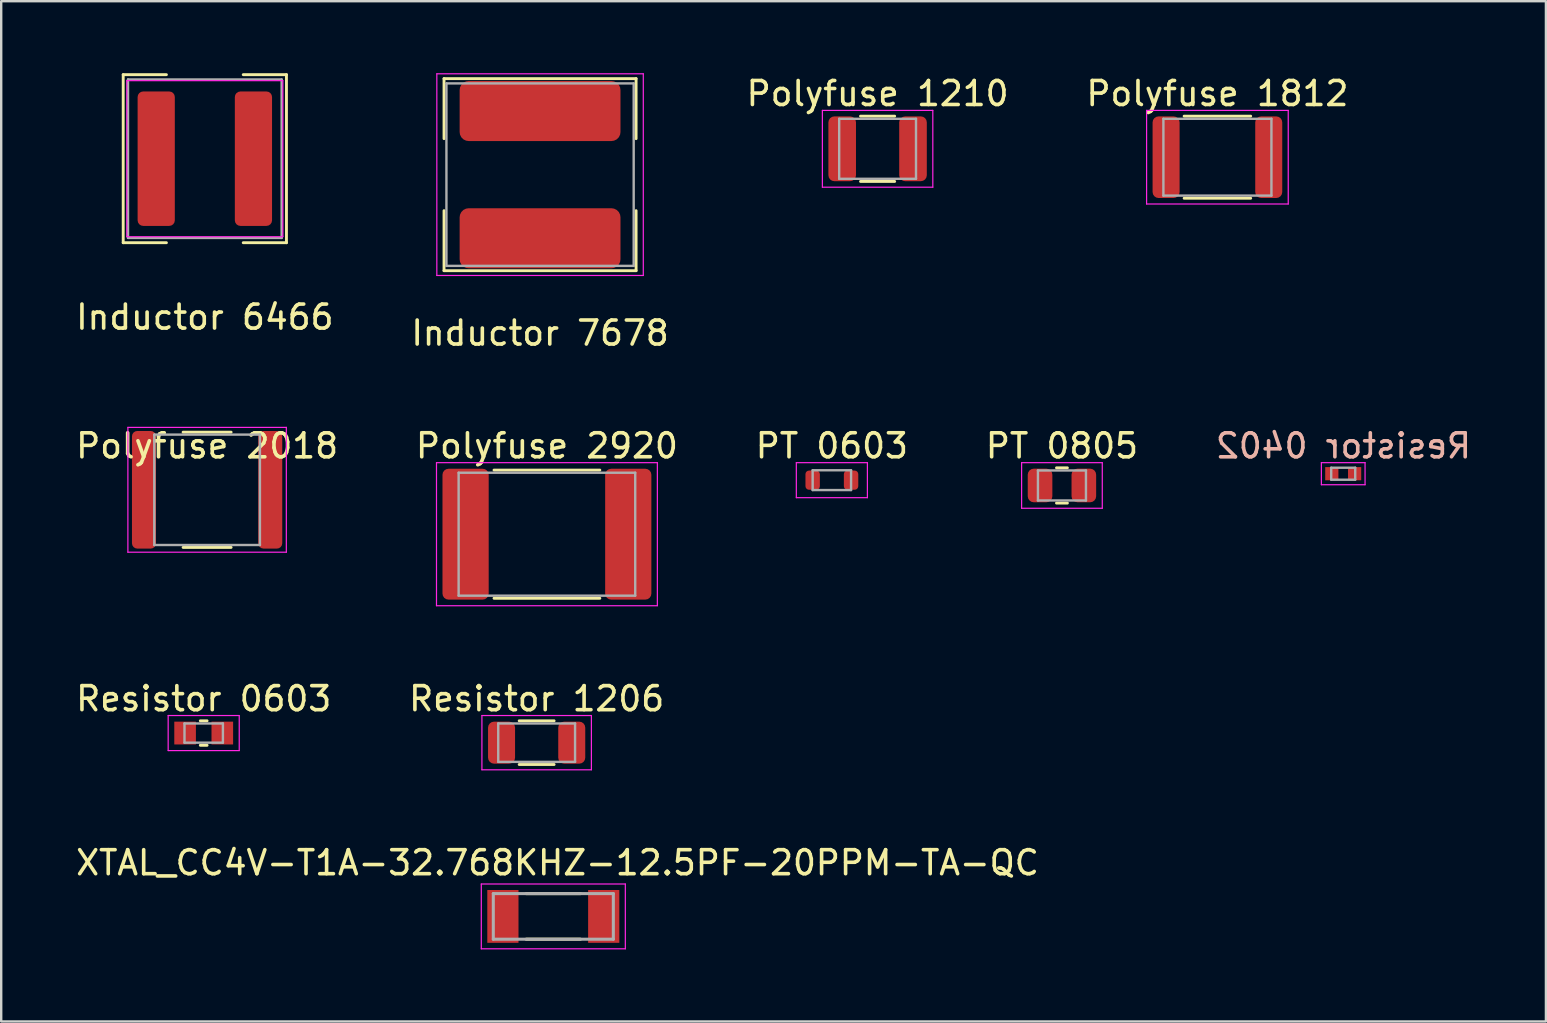
<source format=kicad_pcb>
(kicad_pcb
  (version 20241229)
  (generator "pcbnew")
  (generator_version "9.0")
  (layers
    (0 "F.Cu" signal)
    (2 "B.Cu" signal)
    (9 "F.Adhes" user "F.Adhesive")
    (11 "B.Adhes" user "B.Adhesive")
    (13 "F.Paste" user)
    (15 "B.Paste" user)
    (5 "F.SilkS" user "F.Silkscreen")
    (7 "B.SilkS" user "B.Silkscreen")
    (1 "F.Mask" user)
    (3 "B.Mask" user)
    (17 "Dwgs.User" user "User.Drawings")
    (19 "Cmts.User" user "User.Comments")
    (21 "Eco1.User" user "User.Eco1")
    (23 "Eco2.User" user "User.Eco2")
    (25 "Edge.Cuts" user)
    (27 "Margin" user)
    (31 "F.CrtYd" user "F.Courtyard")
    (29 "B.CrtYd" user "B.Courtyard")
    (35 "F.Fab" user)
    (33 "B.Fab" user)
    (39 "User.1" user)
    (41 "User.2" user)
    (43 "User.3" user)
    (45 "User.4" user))
  (footprint "Resistor 0603"
    (layer "F.Cu")
    (at 5.435 27.485)
    (property "Reference" "Resistor 0603" (at 0 -1.43 0) (layer "F.SilkS") (effects (font (size 1 1) (thickness 0.15))))
    (attr smd)
    (fp_line (start -0.141 -0.51) (end 0.141 -0.51) (stroke (width 0.12) (type solid)) (layer "F.SilkS"))
    (fp_line (start -0.141 0.51) (end 0.141 0.51) (stroke (width 0.12) (type solid)) (layer "F.SilkS"))
    (fp_line (start -1.48 -0.73) (end 1.48 -0.73) (stroke (width 0.05) (type solid)) (layer "F.CrtYd"))
    (fp_line (start -1.48 0.73) (end -1.48 -0.73) (stroke (width 0.05) (type solid)) (layer "F.CrtYd"))
    (fp_line (start 1.48 -0.73) (end 1.48 0.73) (stroke (width 0.05) (type solid)) (layer "F.CrtYd"))
    (fp_line (start 1.48 0.73) (end -1.48 0.73) (stroke (width 0.05) (type solid)) (layer "F.CrtYd"))
    (fp_line (start -0.8 -0.4) (end 0.8 -0.4) (stroke (width 0.1) (type solid)) (layer "F.Fab"))
    (fp_line (start -0.8 0.4) (end -0.8 -0.4) (stroke (width 0.1) (type solid)) (layer "F.Fab"))
    (fp_line (start 0.8 -0.4) (end 0.8 0.4) (stroke (width 0.1) (type solid)) (layer "F.Fab"))
    (fp_line (start 0.8 0.4) (end -0.8 0.4) (stroke (width 0.1) (type solid)) (layer "F.Fab"))
    (pad "1" smd rect (at -0.775 0) (size 0.9 0.95) (layers "F.Cu" "F.Mask" "F.Paste"))
    (pad "2" smd rect (at 0.775 0) (size 0.9 0.95) (layers "F.Cu" "F.Mask" "F.Paste")))
  (footprint "Polyfuse 1210"
    (layer "F.Cu")
    (at 33.506 3.148)
    (property "Reference" "Polyfuse 1210" (at 0 -2.3 0) (layer "F.SilkS") (effects (font (size 1 1) (thickness 0.15))))
    (attr smd)
    (fp_line (start -0.711 -1.36) (end 0.711 -1.36) (stroke (width 0.12) (type solid)) (layer "F.SilkS"))
    (fp_line (start -0.711 1.36) (end 0.711 1.36) (stroke (width 0.12) (type solid)) (layer "F.SilkS"))
    (fp_line (start -2.3 -1.6) (end 2.3 -1.6) (stroke (width 0.05) (type solid)) (layer "F.CrtYd"))
    (fp_line (start -2.3 1.6) (end -2.3 -1.6) (stroke (width 0.05) (type solid)) (layer "F.CrtYd"))
    (fp_line (start 2.3 -1.6) (end 2.3 1.6) (stroke (width 0.05) (type solid)) (layer "F.CrtYd"))
    (fp_line (start 2.3 1.6) (end -2.3 1.6) (stroke (width 0.05) (type solid)) (layer "F.CrtYd"))
    (fp_line (start -1.6 -1.25) (end 1.6 -1.25) (stroke (width 0.1) (type solid)) (layer "F.Fab"))
    (fp_line (start -1.6 1.25) (end -1.6 -1.25) (stroke (width 0.1) (type solid)) (layer "F.Fab"))
    (fp_line (start 1.6 -1.25) (end 1.6 1.25) (stroke (width 0.1) (type solid)) (layer "F.Fab"))
    (fp_line (start 1.6 1.25) (end -1.6 1.25) (stroke (width 0.1) (type solid)) (layer "F.Fab"))
    (pad "1" smd roundrect (at -1.475 0) (size 1.15 2.7) (layers "F.Cu" "F.Mask" "F.Paste") (roundrect_rratio 0.217))
    (pad "2" smd roundrect (at 1.475 0) (size 1.15 2.7) (layers "F.Cu" "F.Mask" "F.Paste") (roundrect_rratio 0.217)))
  (footprint "Polyfuse 1812"
    (layer "F.Cu")
    (at 47.661 3.498)
    (property "Reference" "Polyfuse 1812" (at 0 -2.65 0) (layer "F.SilkS") (effects (font (size 1 1) (thickness 0.15))))
    (attr smd)
    (fp_line (start -1.386 -1.71) (end 1.386 -1.71) (stroke (width 0.12) (type solid)) (layer "F.SilkS"))
    (fp_line (start -1.386 1.71) (end 1.386 1.71) (stroke (width 0.12) (type solid)) (layer "F.SilkS"))
    (fp_line (start -2.95 -1.95) (end 2.95 -1.95) (stroke (width 0.05) (type solid)) (layer "F.CrtYd"))
    (fp_line (start -2.95 1.95) (end -2.95 -1.95) (stroke (width 0.05) (type solid)) (layer "F.CrtYd"))
    (fp_line (start 2.95 -1.95) (end 2.95 1.95) (stroke (width 0.05) (type solid)) (layer "F.CrtYd"))
    (fp_line (start 2.95 1.95) (end -2.95 1.95) (stroke (width 0.05) (type solid)) (layer "F.CrtYd"))
    (fp_line (start -2.25 -1.6) (end 2.25 -1.6) (stroke (width 0.1) (type solid)) (layer "F.Fab"))
    (fp_line (start -2.25 1.6) (end -2.25 -1.6) (stroke (width 0.1) (type solid)) (layer "F.Fab"))
    (fp_line (start 2.25 -1.6) (end 2.25 1.6) (stroke (width 0.1) (type solid)) (layer "F.Fab"))
    (fp_line (start 2.25 1.6) (end -2.25 1.6) (stroke (width 0.1) (type solid)) (layer "F.Fab"))
    (pad "1" smd roundrect (at -2.138 0) (size 1.125 3.4) (layers "F.Cu" "F.Mask" "F.Paste") (roundrect_rratio 0.222))
    (pad "2" smd roundrect (at 2.138 0) (size 1.125 3.4) (layers "F.Cu" "F.Mask" "F.Paste") (roundrect_rratio 0.222)))
  (footprint "Polyfuse 2018"
    (layer "F.Cu")
    (at 5.577 17.352)
    (property "Reference" "Polyfuse 2018" (at 0 -1.83 0) (layer "F.SilkS") (effects (font (size 1 1) (thickness 0.15))))
    (attr smd)
    (fp_line (start -1 -2.4) (end 1 -2.4) (stroke (width 0.12) (type solid)) (layer "F.SilkS"))
    (fp_line (start -1 2.4) (end 1 2.4) (stroke (width 0.12) (type solid)) (layer "F.SilkS"))
    (fp_line (start -3.3 -2.6) (end 3.3 -2.6) (stroke (width 0.05) (type solid)) (layer "F.CrtYd"))
    (fp_line (start -3.3 2.6) (end -3.3 -2.6) (stroke (width 0.05) (type solid)) (layer "F.CrtYd"))
    (fp_line (start 3.3 -2.6) (end 3.3 2.6) (stroke (width 0.05) (type solid)) (layer "F.CrtYd"))
    (fp_line (start 3.3 2.6) (end -3.3 2.6) (stroke (width 0.05) (type solid)) (layer "F.CrtYd"))
    (fp_line (start -2.2 -2.3) (end 2.2 -2.3) (stroke (width 0.1) (type solid)) (layer "F.Fab"))
    (fp_line (start -2.2 2.3) (end -2.2 -2.3) (stroke (width 0.1) (type solid)) (layer "F.Fab"))
    (fp_line (start 2.2 -2.3) (end 2.2 2.3) (stroke (width 0.1) (type solid)) (layer "F.Fab"))
    (fp_line (start 2.2 2.3) (end -2.2 2.3) (stroke (width 0.1) (type solid)) (layer "F.Fab"))
    (pad "1" smd roundrect (at -2.63 0) (size 1 4.9) (layers "F.Cu" "F.Mask" "F.Paste") (roundrect_rratio 0.222))
    (pad "2" smd roundrect (at 2.63 0) (size 1 4.9) (layers "F.Cu" "F.Mask" "F.Paste") (roundrect_rratio 0.222)))
  (footprint "Polyfuse 2920"
    (layer "F.Cu")
    (at 19.732 19.201)
    (property "Reference" "Polyfuse 2920" (at 0 -3.68 0) (layer "F.SilkS") (effects (font (size 1 1) (thickness 0.15))))
    (attr smd)
    (fp_line (start -2.204 -2.67) (end 2.204 -2.67) (stroke (width 0.12) (type solid)) (layer "F.SilkS"))
    (fp_line (start -2.204 2.67) (end 2.204 2.67) (stroke (width 0.12) (type solid)) (layer "F.SilkS"))
    (fp_line (start -4.6 -2.98) (end 4.6 -2.98) (stroke (width 0.05) (type solid)) (layer "F.CrtYd"))
    (fp_line (start -4.6 2.98) (end -4.6 -2.98) (stroke (width 0.05) (type solid)) (layer "F.CrtYd"))
    (fp_line (start 4.6 -2.98) (end 4.6 2.98) (stroke (width 0.05) (type solid)) (layer "F.CrtYd"))
    (fp_line (start 4.6 2.98) (end -4.6 2.98) (stroke (width 0.05) (type solid)) (layer "F.CrtYd"))
    (fp_line (start -3.678 -2.56) (end 3.678 -2.56) (stroke (width 0.1) (type solid)) (layer "F.Fab"))
    (fp_line (start -3.678 2.56) (end -3.678 -2.56) (stroke (width 0.1) (type solid)) (layer "F.Fab"))
    (fp_line (start 3.678 -2.56) (end 3.678 2.56) (stroke (width 0.1) (type solid)) (layer "F.Fab"))
    (fp_line (start 3.678 2.56) (end -3.678 2.56) (stroke (width 0.1) (type solid)) (layer "F.Fab"))
    (pad "1" smd roundrect (at -3.388 0) (size 1.925 5.45) (layers "F.Cu" "F.Mask" "F.Paste") (roundrect_rratio 0.13))
    (pad "2" smd roundrect (at 3.388 0) (size 1.925 5.45) (layers "F.Cu" "F.Mask" "F.Paste") (roundrect_rratio 0.13)))
  (footprint "PT 0805"
    (layer "F.Cu")
    (at 41.185 17.172)
    (property "Reference" "PT 0805" (at 0 -1.65 0) (layer "F.SilkS") (effects (font (size 1 1) (thickness 0.15))))
    (attr smd)
    (fp_line (start -0.227 -0.735) (end 0.227 -0.735) (stroke (width 0.12) (type solid)) (layer "F.SilkS"))
    (fp_line (start -0.227 0.735) (end 0.227 0.735) (stroke (width 0.12) (type solid)) (layer "F.SilkS"))
    (fp_line (start -1.68 -0.95) (end 1.68 -0.95) (stroke (width 0.05) (type solid)) (layer "F.CrtYd"))
    (fp_line (start -1.68 0.95) (end -1.68 -0.95) (stroke (width 0.05) (type solid)) (layer "F.CrtYd"))
    (fp_line (start 1.68 -0.95) (end 1.68 0.95) (stroke (width 0.05) (type solid)) (layer "F.CrtYd"))
    (fp_line (start 1.68 0.95) (end -1.68 0.95) (stroke (width 0.05) (type solid)) (layer "F.CrtYd"))
    (fp_line (start -1 -0.625) (end 1 -0.625) (stroke (width 0.1) (type solid)) (layer "F.Fab"))
    (fp_line (start -1 0.625) (end -1 -0.625) (stroke (width 0.1) (type solid)) (layer "F.Fab"))
    (fp_line (start 1 -0.625) (end 1 0.625) (stroke (width 0.1) (type solid)) (layer "F.Fab"))
    (fp_line (start 1 0.625) (end -1 0.625) (stroke (width 0.1) (type solid)) (layer "F.Fab"))
    (pad "1" smd roundrect (at -0.912 0) (size 1.025 1.4) (layers "F.Cu" "F.Mask" "F.Paste") (roundrect_rratio 0.244))
    (pad "2" smd roundrect (at 0.912 0) (size 1.025 1.4) (layers "F.Cu" "F.Mask" "F.Paste") (roundrect_rratio 0.244)))
  (footprint "PT 0603"
    (layer "F.Cu")
    (at 31.601 16.951)
    (property "Reference" "PT 0603" (at 0 -1.43 0) (layer "F.SilkS") (effects (font (size 1 1) (thickness 0.15))))
    (attr smd)
    (fp_line (start -1.48 -0.73) (end 1.48 -0.73) (stroke (width 0.05) (type solid)) (layer "F.CrtYd"))
    (fp_line (start -1.48 0.73) (end -1.48 -0.73) (stroke (width 0.05) (type solid)) (layer "F.CrtYd"))
    (fp_line (start 1.48 -0.73) (end 1.48 0.73) (stroke (width 0.05) (type solid)) (layer "F.CrtYd"))
    (fp_line (start 1.48 0.73) (end -1.48 0.73) (stroke (width 0.05) (type solid)) (layer "F.CrtYd"))
    (fp_line (start -0.8 -0.412) (end 0.8 -0.412) (stroke (width 0.1) (type solid)) (layer "F.Fab"))
    (fp_line (start -0.8 0.412) (end -0.8 -0.412) (stroke (width 0.1) (type solid)) (layer "F.Fab"))
    (fp_line (start 0.8 -0.412) (end 0.8 0.412) (stroke (width 0.1) (type solid)) (layer "F.Fab"))
    (fp_line (start 0.8 0.412) (end -0.8 0.412) (stroke (width 0.1) (type solid)) (layer "F.Fab"))
    (pad "1" smd roundrect (at -0.8 0) (size 0.6 0.8) (layers "F.Cu" "F.Mask" "F.Paste") (roundrect_rratio 0.25))
    (pad "2" smd roundrect (at 0.8 0) (size 0.6 0.8) (layers "F.Cu" "F.Mask" "F.Paste") (roundrect_rratio 0.25)))
  (footprint "Resistor 0402"
    (layer "F.Cu")
    (at 52.911 16.692)
    (property "Reference" "Resistor 0402" (at 0 -1.17 0) (layer "B.SilkS") (effects (font (size 1 1) (thickness 0.15)) (justify mirror)))
    (attr smd)
    (fp_line (start -0.92 -0.47) (end 0.9 -0.47) (stroke (width 0.05) (type solid)) (layer "F.CrtYd"))
    (fp_line (start -0.92 0.45) (end -0.92 -0.47) (stroke (width 0.05) (type solid)) (layer "F.CrtYd"))
    (fp_line (start 0.9 -0.47) (end 0.9 0.45) (stroke (width 0.05) (type solid)) (layer "F.CrtYd"))
    (fp_line (start 0.9 0.45) (end -0.92 0.45) (stroke (width 0.05) (type solid)) (layer "F.CrtYd"))
    (fp_line (start -0.51 -0.26) (end 0.49 -0.26) (stroke (width 0.1) (type solid)) (layer "F.Fab"))
    (fp_line (start -0.51 0.24) (end -0.51 -0.26) (stroke (width 0.1) (type solid)) (layer "F.Fab"))
    (fp_line (start 0.49 -0.26) (end 0.49 0.24) (stroke (width 0.1) (type solid)) (layer "F.Fab"))
    (fp_line (start 0.49 0.24) (end -0.51 0.24) (stroke (width 0.1) (type solid)) (layer "F.Fab"))
    (pad "1" smd rect (at -0.485 -0.01) (size 0.55 0.55) (layers "F.Cu" "F.Mask" "F.Paste"))
    (pad "2" smd rect (at 0.465 -0.01) (size 0.55 0.55) (layers "F.Cu" "F.Mask" "F.Paste")))
  (footprint "Inductor 6466"
    (layer "F.Cu")
    (at 5.482 3.56)
    (property "Reference" "Inductor 6466" (at 0 6.6 0) (layer "F.SilkS") (effects (font (size 1 1) (thickness 0.15))))
    (attr smd)
    (fp_line (start -3.4 -3.5) (end -1.6 -3.5) (stroke (width 0.12) (type solid)) (layer "F.SilkS"))
    (fp_line (start -3.4 3.5) (end -3.4 -3.5) (stroke (width 0.12) (type solid)) (layer "F.SilkS"))
    (fp_line (start -1.6 3.5) (end -3.4 3.5) (stroke (width 0.12) (type solid)) (layer "F.SilkS"))
    (fp_line (start 1.6 3.5) (end 3.4 3.5) (stroke (width 0.12) (type solid)) (layer "F.SilkS"))
    (fp_line (start 3.4 -3.5) (end 1.6 -3.5) (stroke (width 0.12) (type solid)) (layer "F.SilkS"))
    (fp_line (start 3.4 3.5) (end 3.4 -3.5) (stroke (width 0.12) (type solid)) (layer "F.SilkS"))
    (fp_line (start -3.25 -3.25) (end -3.25 3.25) (stroke (width 0.05) (type solid)) (layer "F.CrtYd"))
    (fp_line (start -3.25 3.25) (end 3.25 3.25) (stroke (width 0.05) (type solid)) (layer "F.CrtYd"))
    (fp_line (start 3.25 -3.25) (end -3.25 -3.25) (stroke (width 0.05) (type solid)) (layer "F.CrtYd"))
    (fp_line (start 3.25 3.25) (end 3.25 -3.25) (stroke (width 0.05) (type solid)) (layer "F.CrtYd"))
    (fp_line (start -3.2 -3.3) (end -3.2 3.3) (stroke (width 0.1) (type solid)) (layer "F.Fab"))
    (fp_line (start -3.2 3.3) (end 3.2 3.3) (stroke (width 0.1) (type solid)) (layer "F.Fab"))
    (fp_line (start 3.2 -3.3) (end -3.2 -3.3) (stroke (width 0.1) (type solid)) (layer "F.Fab"))
    (fp_line (start 3.2 3.3) (end 3.2 -3.3) (stroke (width 0.1) (type solid)) (layer "F.Fab"))
    (pad "1" smd roundrect (at -2.025 0) (size 1.55 5.6) (layers "F.Cu" "F.Mask" "F.Paste") (roundrect_rratio 0.15))
    (pad "2" smd roundrect (at 2.025 0) (size 1.55 5.6) (layers "F.Cu" "F.Mask" "F.Paste") (roundrect_rratio 0.15)))
  (footprint "Inductor 7678"
    (layer "F.Cu")
    (at 19.446 4.225)
    (property "Reference" "Inductor 7678" (at 0 6.6 0) (layer "F.SilkS") (effects (font (size 1 1) (thickness 0.15))))
    (attr smd)
    (fp_line (start -4 -4) (end 4 -4) (stroke (width 0.12) (type solid)) (layer "F.SilkS"))
    (fp_line (start -4 -1.5) (end -4 -4) (stroke (width 0.12) (type solid)) (layer "F.SilkS"))
    (fp_line (start -4 1.5) (end -4 4) (stroke (width 0.12) (type solid)) (layer "F.SilkS"))
    (fp_line (start -4 4) (end 4 4) (stroke (width 0.12) (type solid)) (layer "F.SilkS"))
    (fp_line (start 4 -4) (end 4 -1.5) (stroke (width 0.12) (type solid)) (layer "F.SilkS"))
    (fp_line (start 4 4) (end 4 1.5) (stroke (width 0.12) (type solid)) (layer "F.SilkS"))
    (fp_line (start -4.3 -4.2) (end -4.3 4.2) (stroke (width 0.05) (type solid)) (layer "F.CrtYd"))
    (fp_line (start -4.3 4.2) (end 4.3 4.2) (stroke (width 0.05) (type solid)) (layer "F.CrtYd"))
    (fp_line (start 4.3 -4.2) (end -4.3 -4.2) (stroke (width 0.05) (type solid)) (layer "F.CrtYd"))
    (fp_line (start 4.3 4.2) (end 4.3 -4.2) (stroke (width 0.05) (type solid)) (layer "F.CrtYd"))
    (fp_line (start -3.9 -3.8) (end -3.9 3.8) (stroke (width 0.1) (type solid)) (layer "F.Fab"))
    (fp_line (start -3.9 3.8) (end 3.9 3.8) (stroke (width 0.1) (type solid)) (layer "F.Fab"))
    (fp_line (start 3.9 -3.8) (end -3.9 -3.8) (stroke (width 0.1) (type solid)) (layer "F.Fab"))
    (fp_line (start 3.9 3.8) (end 3.9 -3.8) (stroke (width 0.1) (type solid)) (layer "F.Fab"))
    (pad "1" smd roundrect (at 0 -2.65 270) (size 2.5 6.7) (layers "F.Cu" "F.Mask" "F.Paste") (roundrect_rratio 0.15))
    (pad "2" smd roundrect (at 0 2.65 270) (size 2.5 6.7) (layers "F.Cu" "F.Mask" "F.Paste") (roundrect_rratio 0.15)))
  (footprint "XTAL_CC4V-T1A-32.768KHZ-12.5PF-20PPM-TA-QC"
    (layer "F.Cu")
    (at 19.998 35.123)
    (property "Reference" "XTAL_CC4V-T1A-32.768KHZ-12.5PF-20PPM-TA-QC" (at 0.175 -2.235 0) (layer "F.SilkS") (effects (font (size 1 1) (thickness 0.15))))
    (attr smd)
    (fp_line (start -1.13 -0.95) (end 1.13 -0.95) (stroke (width 0.127) (type solid)) (layer "F.SilkS"))
    (fp_line (start -1.13 0.95) (end 1.13 0.95) (stroke (width 0.127) (type solid)) (layer "F.SilkS"))
    (fp_line (start -3 -1.35) (end -3 1.35) (stroke (width 0.05) (type solid)) (layer "F.CrtYd"))
    (fp_line (start -3 1.35) (end 3 1.35) (stroke (width 0.05) (type solid)) (layer "F.CrtYd"))
    (fp_line (start 3 -1.35) (end -3 -1.35) (stroke (width 0.05) (type solid)) (layer "F.CrtYd"))
    (fp_line (start 3 1.35) (end 3 -1.35) (stroke (width 0.05) (type solid)) (layer "F.CrtYd"))
    (fp_line (start -2.5 -0.95) (end -2.5 0.95) (stroke (width 0.127) (type solid)) (layer "F.Fab"))
    (fp_line (start -2.5 -0.95) (end 2.5 -0.95) (stroke (width 0.127) (type solid)) (layer "F.Fab"))
    (fp_line (start -2.5 0.95) (end 2.5 0.95) (stroke (width 0.127) (type solid)) (layer "F.Fab"))
    (fp_line (start 2.5 -0.95) (end 2.5 0.95) (stroke (width 0.127) (type solid)) (layer "F.Fab"))
    (pad "1" smd rect (at -2.1 0) (size 1.3 2.2) (layers "F.Cu" "F.Mask" "F.Paste"))
    (pad "2" smd rect (at 2.1 0) (size 1.3 2.2) (layers "F.Cu" "F.Mask" "F.Paste")))
  (footprint "Resistor 1206"
    (layer "F.Cu")
    (at 19.304 27.885)
    (property "Reference" "Resistor 1206" (at 0 -1.83 0) (layer "F.SilkS") (effects (font (size 1 1) (thickness 0.15))))
    (attr smd)
    (fp_line (start -0.727 -0.91) (end 0.727 -0.91) (stroke (width 0.12) (type solid)) (layer "F.SilkS"))
    (fp_line (start -0.727 0.91) (end 0.727 0.91) (stroke (width 0.12) (type solid)) (layer "F.SilkS"))
    (fp_line (start -2.28 -1.13) (end 2.28 -1.13) (stroke (width 0.05) (type solid)) (layer "F.CrtYd"))
    (fp_line (start -2.28 1.13) (end -2.28 -1.13) (stroke (width 0.05) (type solid)) (layer "F.CrtYd"))
    (fp_line (start 2.28 -1.13) (end 2.28 1.13) (stroke (width 0.05) (type solid)) (layer "F.CrtYd"))
    (fp_line (start 2.28 1.13) (end -2.28 1.13) (stroke (width 0.05) (type solid)) (layer "F.CrtYd"))
    (fp_line (start -1.6 -0.8) (end 1.6 -0.8) (stroke (width 0.1) (type solid)) (layer "F.Fab"))
    (fp_line (start -1.6 0.8) (end -1.6 -0.8) (stroke (width 0.1) (type solid)) (layer "F.Fab"))
    (fp_line (start 1.6 -0.8) (end 1.6 0.8) (stroke (width 0.1) (type solid)) (layer "F.Fab"))
    (fp_line (start 1.6 0.8) (end -1.6 0.8) (stroke (width 0.1) (type solid)) (layer "F.Fab"))
    (pad "1" smd roundrect (at -1.462 0) (size 1.125 1.75) (layers "F.Cu" "F.Mask" "F.Paste") (roundrect_rratio 0.222))
    (pad "2" smd roundrect (at 1.462 0) (size 1.125 1.75) (layers "F.Cu" "F.Mask" "F.Paste") (roundrect_rratio 0.222)))
  (gr_rect
    (start -3 -3)
    (end 61.345 39.498)
    (stroke (width 0.1) (type default))
    (fill no)
    (layer "Edge.Cuts")))
</source>
